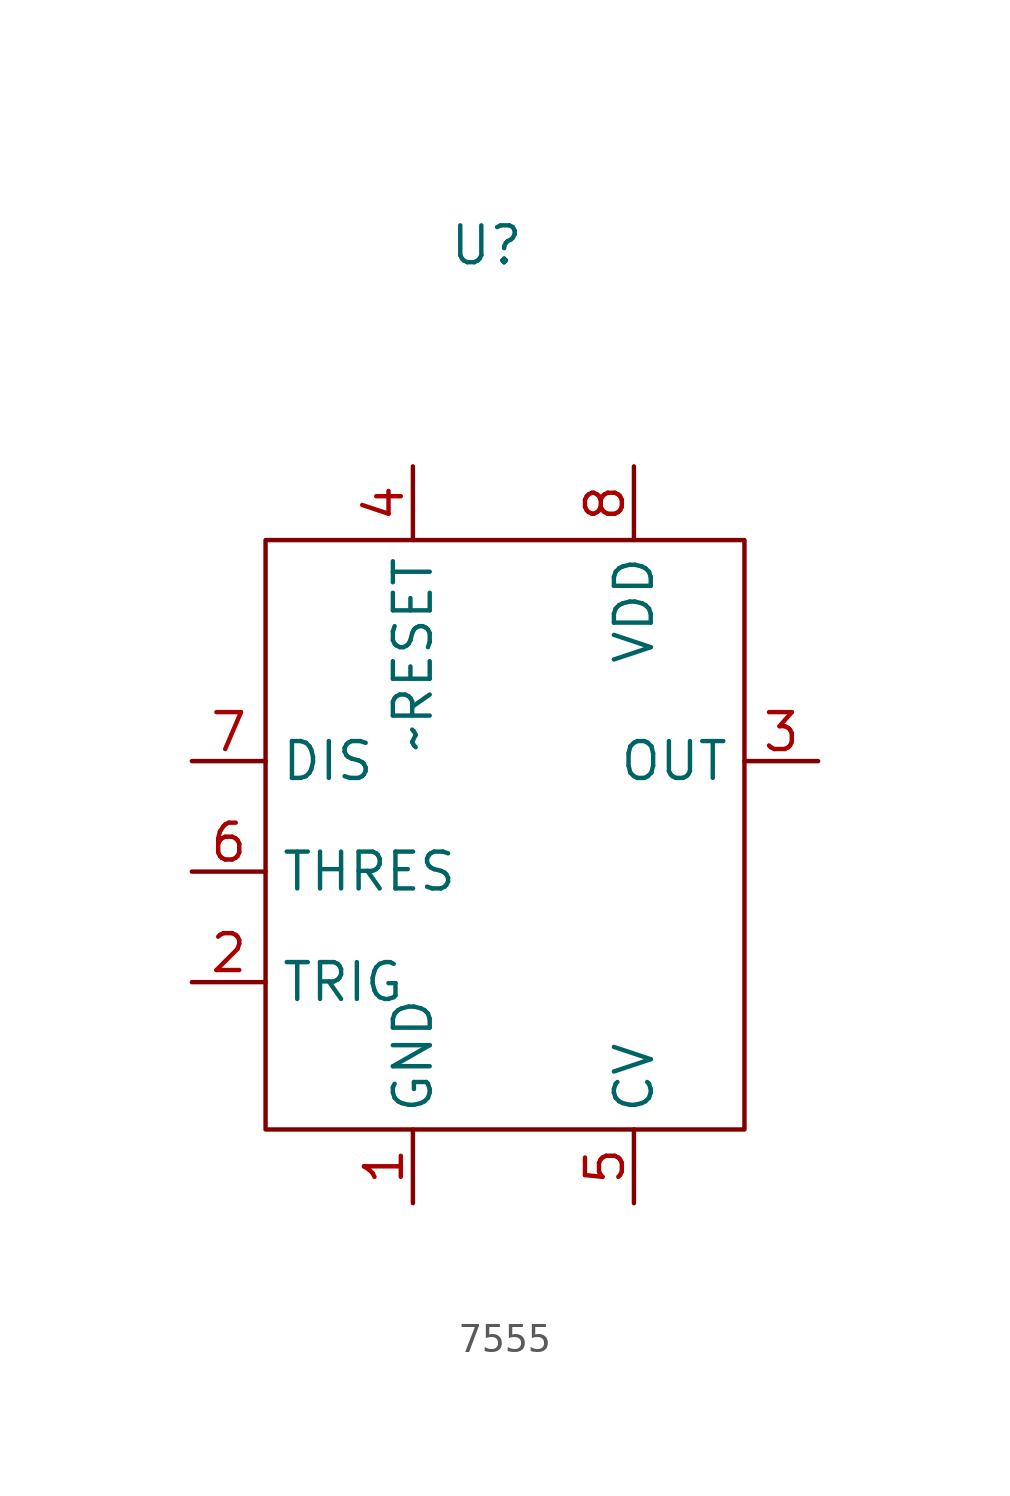
<source format=kicad_sym>
(kicad_symbol_lib
  (version 20220914)
  (generator kicad_symbol_editor)
  (symbol "7555"
    (property "Reference" "U"
      (at -1.27 20.32 0)
      (effects (font (size 1.27 1.27))))
    (property "Value" ""
      (at 0 0 0)
      (effects (font (size 1.27 1.27))))
    (symbol "7555_0_1"
      (rectangle (start -8.89 10.16) (end 7.62 -10.16) (stroke (width 0) (type default)) (fill (type none))))
    (symbol "7555_1_1"
      (pin input line (at -3.81 -12.7 90) (length 2.54) (name "GND" (effects (font (size 1.27 1.27)))) (number "1" (effects (font (size 1.27 1.27)))))
      (pin input line (at -11.43 -5.08 0) (length 2.54) (name "TRIG" (effects (font (size 1.27 1.27)))) (number "2" (effects (font (size 1.27 1.27)))))
      (pin input line (at 10.16 2.54 180) (length 2.54) (name "OUT" (effects (font (size 1.27 1.27)))) (number "3" (effects (font (size 1.27 1.27)))))
      (pin input line (at -3.81 12.7 270) (length 2.54) (name "~RESET" (effects (font (size 1.27 1.27)))) (number "4" (effects (font (size 1.27 1.27)))))
      (pin input line (at 3.81 -12.7 90) (length 2.54) (name "CV" (effects (font (size 1.27 1.27)))) (number "5" (effects (font (size 1.27 1.27)))))
      (pin input line (at -11.43 -1.27 0) (length 2.54) (name "THRES" (effects (font (size 1.27 1.27)))) (number "6" (effects (font (size 1.27 1.27)))))
      (pin input line (at -11.43 2.54 0) (length 2.54) (name "DIS" (effects (font (size 1.27 1.27)))) (number "7" (effects (font (size 1.27 1.27)))))
      (pin input line (at 3.81 12.7 270) (length 2.54) (name "VDD" (effects (font (size 1.27 1.27)))) (number "8" (effects (font (size 1.27 1.27))))))))
</source>
